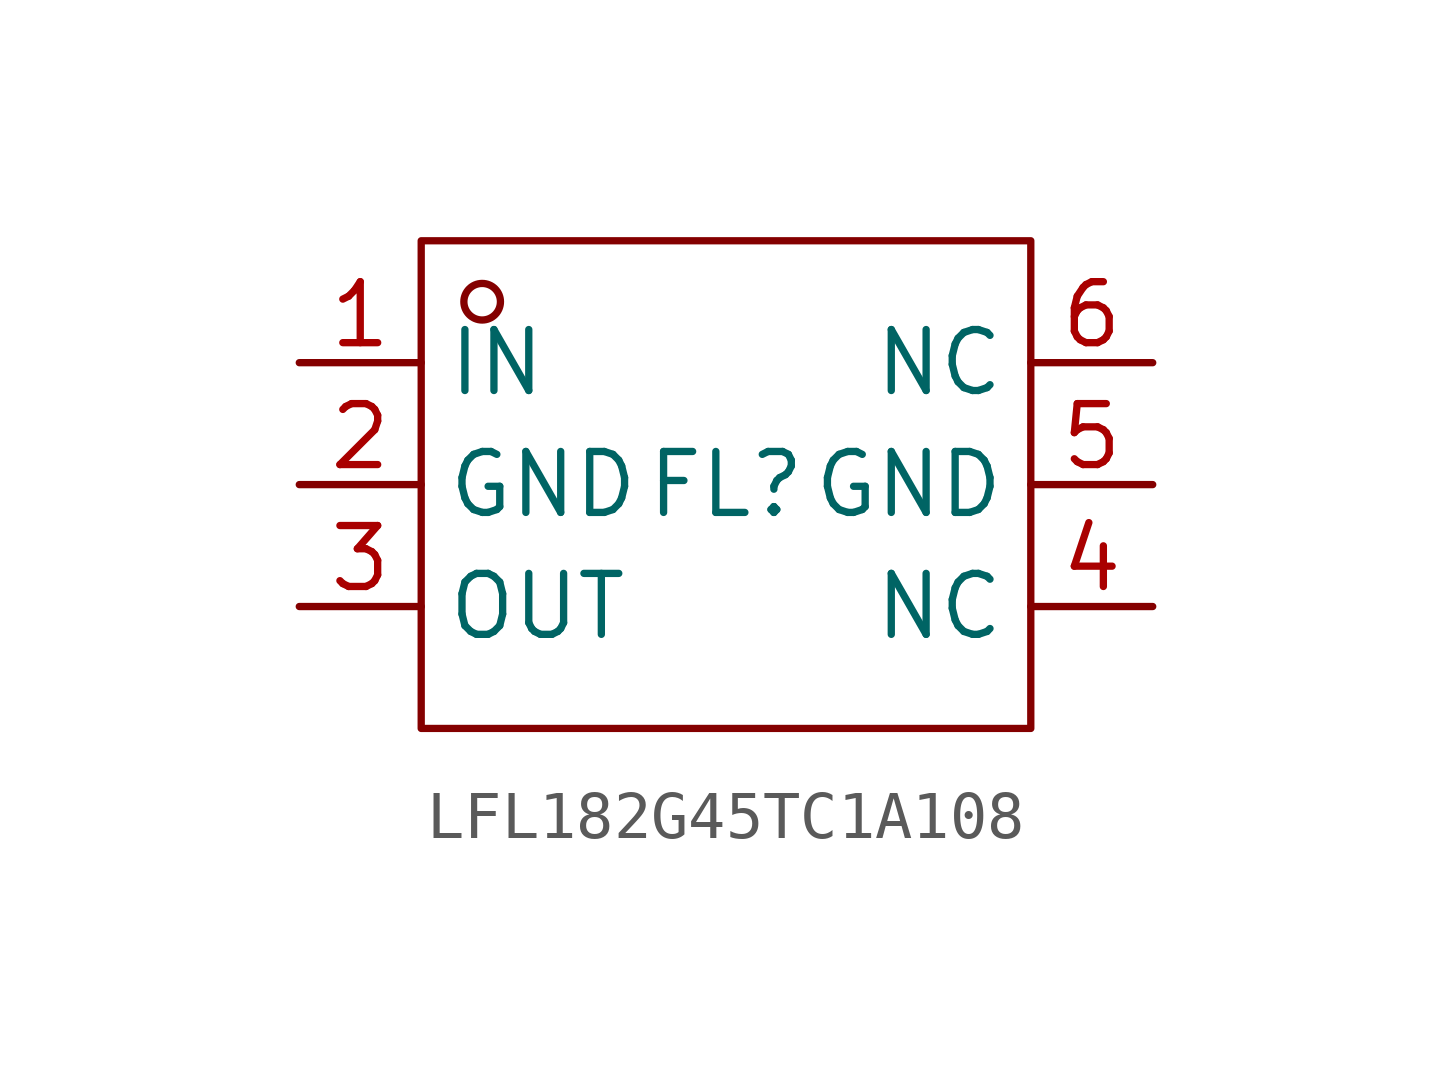
<source format=kicad_sym>
(kicad_symbol_lib
  (version 20241209)
  (generator "kicad_symbol_editor")
  (generator_version "9.0")
  (symbol "LFL182G45TC1A108"
    (property "Reference" "FL"
      (at 0 0 0)
      (effects (font (size 1.27 1.27))))
    (property "Value" ""
      (at 0 0 0)
      (effects (font (size 1.27 1.27))))
    (symbol "LFL182G45TC1A108_1_0"
      (rectangle (start -6.35 -5.08) (end 6.35 5.08) (stroke (width 0) (type default)) (fill (type none)))
      (circle (center -5.08 3.81) (radius 0.381) (stroke (width 0) (type default)) (fill (type none)))
      (pin unspecified line (at -8.89 2.54 0) (length 2.54) (name "IN" (effects (font (size 1.27 1.27)))) (number "1" (effects (font (size 1.27 1.27)))))
      (pin unspecified line (at -8.89 0 0) (length 2.54) (name "GND" (effects (font (size 1.27 1.27)))) (number "2" (effects (font (size 1.27 1.27)))))
      (pin unspecified line (at -8.89 -2.54 0) (length 2.54) (name "OUT" (effects (font (size 1.27 1.27)))) (number "3" (effects (font (size 1.27 1.27)))))
      (pin unspecified line (at 8.89 2.54 180) (length 2.54) (name "NC" (effects (font (size 1.27 1.27)))) (number "6" (effects (font (size 1.27 1.27)))))
      (pin unspecified line (at 8.89 0 180) (length 2.54) (name "GND" (effects (font (size 1.27 1.27)))) (number "5" (effects (font (size 1.27 1.27)))))
      (pin unspecified line (at 8.89 -2.54 180) (length 2.54) (name "NC" (effects (font (size 1.27 1.27)))) (number "4" (effects (font (size 1.27 1.27))))))))
</source>
